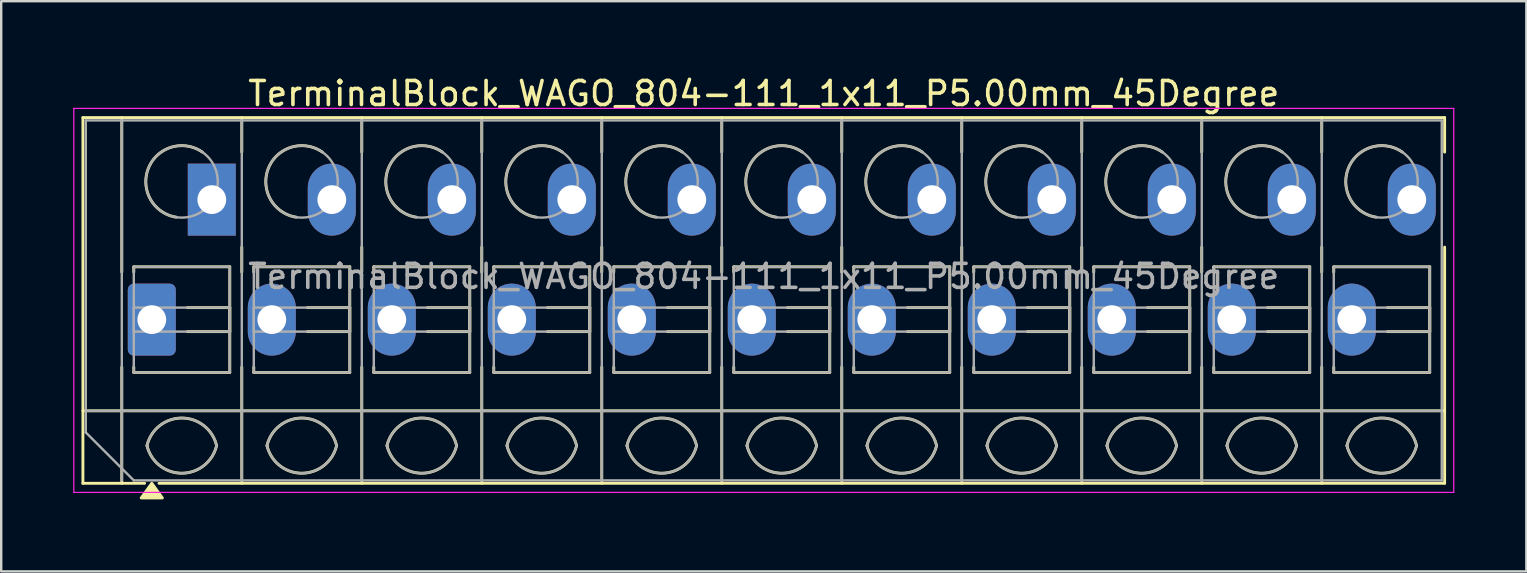
<source format=kicad_pcb>
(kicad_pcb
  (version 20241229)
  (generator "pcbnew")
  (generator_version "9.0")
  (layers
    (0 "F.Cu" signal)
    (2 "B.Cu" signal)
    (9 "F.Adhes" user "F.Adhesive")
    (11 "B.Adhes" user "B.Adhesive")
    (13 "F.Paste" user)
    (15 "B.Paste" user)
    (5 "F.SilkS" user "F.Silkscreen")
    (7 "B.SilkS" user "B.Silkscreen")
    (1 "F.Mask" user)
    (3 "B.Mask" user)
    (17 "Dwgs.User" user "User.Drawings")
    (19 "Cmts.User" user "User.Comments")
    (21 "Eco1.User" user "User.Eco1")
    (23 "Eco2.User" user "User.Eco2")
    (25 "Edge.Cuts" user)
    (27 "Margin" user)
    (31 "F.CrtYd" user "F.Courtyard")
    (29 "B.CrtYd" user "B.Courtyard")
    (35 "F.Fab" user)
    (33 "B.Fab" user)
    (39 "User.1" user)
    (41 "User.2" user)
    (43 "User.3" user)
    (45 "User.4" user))
  (footprint "TerminalBlock_WAGO_804-111_1x11_P5.00mm_45Degree"
    (layer "F.Cu")
    (at 3.275 10.268)
    (property "Reference" "TerminalBlock_WAGO_804-111_1x11_P5.00mm_45Degree" (at 25.5 -9.42 0) (layer "F.SilkS") (effects (font (size 1 1) (thickness 0.15))))
    (attr through_hole)
    (fp_line (start -2.87 -8.42) (end -2.87 6.82) (stroke (width 0.12) (type solid)) (layer "F.SilkS"))
    (fp_line (start -2.87 -8.42) (end 53.87 -8.42) (stroke (width 0.12) (type solid)) (layer "F.SilkS"))
    (fp_line (start -2.87 3.8) (end 53.87 3.8) (stroke (width 0.12) (type solid)) (layer "F.SilkS"))
    (fp_line (start -2.87 6.82) (end -0.3 6.82) (stroke (width 0.12) (type solid)) (layer "F.SilkS"))
    (fp_line (start -1.25 -8.42) (end -1.25 -1.98) (stroke (width 0.12) (type solid)) (layer "F.SilkS"))
    (fp_line (start -1.25 1.98) (end -1.25 6.82) (stroke (width 0.12) (type solid)) (layer "F.SilkS"))
    (fp_line (start -0.75 -2.2) (end -0.75 -1.98) (stroke (width 0.12) (type solid)) (layer "F.SilkS"))
    (fp_line (start -0.75 -2.2) (end 3.25 -2.2) (stroke (width 0.12) (type solid)) (layer "F.SilkS"))
    (fp_line (start -0.75 1.98) (end -0.75 2.2) (stroke (width 0.12) (type solid)) (layer "F.SilkS"))
    (fp_line (start -0.75 2.2) (end 3.25 2.2) (stroke (width 0.12) (type solid)) (layer "F.SilkS"))
    (fp_line (start 0.3 6.82) (end 53.87 6.82) (stroke (width 0.12) (type solid)) (layer "F.SilkS"))
    (fp_line (start 1.48 -0.5) (end 3.25 -0.5) (stroke (width 0.12) (type solid)) (layer "F.SilkS"))
    (fp_line (start 1.48 0.5) (end 3.25 0.5) (stroke (width 0.12) (type solid)) (layer "F.SilkS"))
    (fp_line (start 3.25 -2.2) (end 3.25 2.2) (stroke (width 0.12) (type solid)) (layer "F.SilkS"))
    (fp_line (start 3.25 -0.5) (end 3.25 0.5) (stroke (width 0.12) (type solid)) (layer "F.SilkS"))
    (fp_line (start 3.75 -8.42) (end 3.75 -6.98) (stroke (width 0.12) (type solid)) (layer "F.SilkS"))
    (fp_line (start 3.75 -3.02) (end 3.75 -1.98) (stroke (width 0.12) (type solid)) (layer "F.SilkS"))
    (fp_line (start 3.75 1.98) (end 3.75 6.82) (stroke (width 0.12) (type solid)) (layer "F.SilkS"))
    (fp_line (start 4.25 -2.2) (end 4.25 -1.98) (stroke (width 0.12) (type solid)) (layer "F.SilkS"))
    (fp_line (start 4.25 -2.2) (end 8.25 -2.2) (stroke (width 0.12) (type solid)) (layer "F.SilkS"))
    (fp_line (start 4.25 1.98) (end 4.25 2.2) (stroke (width 0.12) (type solid)) (layer "F.SilkS"))
    (fp_line (start 4.25 2.2) (end 8.25 2.2) (stroke (width 0.12) (type solid)) (layer "F.SilkS"))
    (fp_line (start 6.48 -0.5) (end 8.25 -0.5) (stroke (width 0.12) (type solid)) (layer "F.SilkS"))
    (fp_line (start 6.48 0.5) (end 8.25 0.5) (stroke (width 0.12) (type solid)) (layer "F.SilkS"))
    (fp_line (start 8.25 -2.2) (end 8.25 2.2) (stroke (width 0.12) (type solid)) (layer "F.SilkS"))
    (fp_line (start 8.25 -0.5) (end 8.25 0.5) (stroke (width 0.12) (type solid)) (layer "F.SilkS"))
    (fp_line (start 8.75 -8.42) (end 8.75 -6.98) (stroke (width 0.12) (type solid)) (layer "F.SilkS"))
    (fp_line (start 8.75 -3.02) (end 8.75 -1.98) (stroke (width 0.12) (type solid)) (layer "F.SilkS"))
    (fp_line (start 8.75 1.98) (end 8.75 6.82) (stroke (width 0.12) (type solid)) (layer "F.SilkS"))
    (fp_line (start 9.25 -2.2) (end 9.25 -1.98) (stroke (width 0.12) (type solid)) (layer "F.SilkS"))
    (fp_line (start 9.25 -2.2) (end 13.25 -2.2) (stroke (width 0.12) (type solid)) (layer "F.SilkS"))
    (fp_line (start 9.25 1.98) (end 9.25 2.2) (stroke (width 0.12) (type solid)) (layer "F.SilkS"))
    (fp_line (start 9.25 2.2) (end 13.25 2.2) (stroke (width 0.12) (type solid)) (layer "F.SilkS"))
    (fp_line (start 11.48 -0.5) (end 13.25 -0.5) (stroke (width 0.12) (type solid)) (layer "F.SilkS"))
    (fp_line (start 11.48 0.5) (end 13.25 0.5) (stroke (width 0.12) (type solid)) (layer "F.SilkS"))
    (fp_line (start 13.25 -2.2) (end 13.25 2.2) (stroke (width 0.12) (type solid)) (layer "F.SilkS"))
    (fp_line (start 13.25 -0.5) (end 13.25 0.5) (stroke (width 0.12) (type solid)) (layer "F.SilkS"))
    (fp_line (start 13.75 -8.42) (end 13.75 -6.98) (stroke (width 0.12) (type solid)) (layer "F.SilkS"))
    (fp_line (start 13.75 -3.02) (end 13.75 -1.98) (stroke (width 0.12) (type solid)) (layer "F.SilkS"))
    (fp_line (start 13.75 1.98) (end 13.75 6.82) (stroke (width 0.12) (type solid)) (layer "F.SilkS"))
    (fp_line (start 14.25 -2.2) (end 14.25 -1.98) (stroke (width 0.12) (type solid)) (layer "F.SilkS"))
    (fp_line (start 14.25 -2.2) (end 18.25 -2.2) (stroke (width 0.12) (type solid)) (layer "F.SilkS"))
    (fp_line (start 14.25 1.98) (end 14.25 2.2) (stroke (width 0.12) (type solid)) (layer "F.SilkS"))
    (fp_line (start 14.25 2.2) (end 18.25 2.2) (stroke (width 0.12) (type solid)) (layer "F.SilkS"))
    (fp_line (start 16.48 -0.5) (end 18.25 -0.5) (stroke (width 0.12) (type solid)) (layer "F.SilkS"))
    (fp_line (start 16.48 0.5) (end 18.25 0.5) (stroke (width 0.12) (type solid)) (layer "F.SilkS"))
    (fp_line (start 18.25 -2.2) (end 18.25 2.2) (stroke (width 0.12) (type solid)) (layer "F.SilkS"))
    (fp_line (start 18.25 -0.5) (end 18.25 0.5) (stroke (width 0.12) (type solid)) (layer "F.SilkS"))
    (fp_line (start 18.75 -8.42) (end 18.75 -6.98) (stroke (width 0.12) (type solid)) (layer "F.SilkS"))
    (fp_line (start 18.75 -3.02) (end 18.75 -1.98) (stroke (width 0.12) (type solid)) (layer "F.SilkS"))
    (fp_line (start 18.75 1.98) (end 18.75 6.82) (stroke (width 0.12) (type solid)) (layer "F.SilkS"))
    (fp_line (start 19.25 -2.2) (end 19.25 -1.98) (stroke (width 0.12) (type solid)) (layer "F.SilkS"))
    (fp_line (start 19.25 -2.2) (end 23.25 -2.2) (stroke (width 0.12) (type solid)) (layer "F.SilkS"))
    (fp_line (start 19.25 1.98) (end 19.25 2.2) (stroke (width 0.12) (type solid)) (layer "F.SilkS"))
    (fp_line (start 19.25 2.2) (end 23.25 2.2) (stroke (width 0.12) (type solid)) (layer "F.SilkS"))
    (fp_line (start 21.48 -0.5) (end 23.25 -0.5) (stroke (width 0.12) (type solid)) (layer "F.SilkS"))
    (fp_line (start 21.48 0.5) (end 23.25 0.5) (stroke (width 0.12) (type solid)) (layer "F.SilkS"))
    (fp_line (start 23.25 -2.2) (end 23.25 2.2) (stroke (width 0.12) (type solid)) (layer "F.SilkS"))
    (fp_line (start 23.25 -0.5) (end 23.25 0.5) (stroke (width 0.12) (type solid)) (layer "F.SilkS"))
    (fp_line (start 23.75 -8.42) (end 23.75 -6.98) (stroke (width 0.12) (type solid)) (layer "F.SilkS"))
    (fp_line (start 23.75 -3.02) (end 23.75 -1.98) (stroke (width 0.12) (type solid)) (layer "F.SilkS"))
    (fp_line (start 23.75 1.98) (end 23.75 6.82) (stroke (width 0.12) (type solid)) (layer "F.SilkS"))
    (fp_line (start 24.25 -2.2) (end 24.25 -1.98) (stroke (width 0.12) (type solid)) (layer "F.SilkS"))
    (fp_line (start 24.25 -2.2) (end 28.25 -2.2) (stroke (width 0.12) (type solid)) (layer "F.SilkS"))
    (fp_line (start 24.25 1.98) (end 24.25 2.2) (stroke (width 0.12) (type solid)) (layer "F.SilkS"))
    (fp_line (start 24.25 2.2) (end 28.25 2.2) (stroke (width 0.12) (type solid)) (layer "F.SilkS"))
    (fp_line (start 26.48 -0.5) (end 28.25 -0.5) (stroke (width 0.12) (type solid)) (layer "F.SilkS"))
    (fp_line (start 26.48 0.5) (end 28.25 0.5) (stroke (width 0.12) (type solid)) (layer "F.SilkS"))
    (fp_line (start 28.25 -2.2) (end 28.25 2.2) (stroke (width 0.12) (type solid)) (layer "F.SilkS"))
    (fp_line (start 28.25 -0.5) (end 28.25 0.5) (stroke (width 0.12) (type solid)) (layer "F.SilkS"))
    (fp_line (start 28.75 -8.42) (end 28.75 -6.98) (stroke (width 0.12) (type solid)) (layer "F.SilkS"))
    (fp_line (start 28.75 -3.02) (end 28.75 -1.98) (stroke (width 0.12) (type solid)) (layer "F.SilkS"))
    (fp_line (start 28.75 1.98) (end 28.75 6.82) (stroke (width 0.12) (type solid)) (layer "F.SilkS"))
    (fp_line (start 29.25 -2.2) (end 29.25 -1.98) (stroke (width 0.12) (type solid)) (layer "F.SilkS"))
    (fp_line (start 29.25 -2.2) (end 33.25 -2.2) (stroke (width 0.12) (type solid)) (layer "F.SilkS"))
    (fp_line (start 29.25 1.98) (end 29.25 2.2) (stroke (width 0.12) (type solid)) (layer "F.SilkS"))
    (fp_line (start 29.25 2.2) (end 33.25 2.2) (stroke (width 0.12) (type solid)) (layer "F.SilkS"))
    (fp_line (start 31.48 -0.5) (end 33.25 -0.5) (stroke (width 0.12) (type solid)) (layer "F.SilkS"))
    (fp_line (start 31.48 0.5) (end 33.25 0.5) (stroke (width 0.12) (type solid)) (layer "F.SilkS"))
    (fp_line (start 33.25 -2.2) (end 33.25 2.2) (stroke (width 0.12) (type solid)) (layer "F.SilkS"))
    (fp_line (start 33.25 -0.5) (end 33.25 0.5) (stroke (width 0.12) (type solid)) (layer "F.SilkS"))
    (fp_line (start 33.75 -8.42) (end 33.75 -6.98) (stroke (width 0.12) (type solid)) (layer "F.SilkS"))
    (fp_line (start 33.75 -3.02) (end 33.75 -1.98) (stroke (width 0.12) (type solid)) (layer "F.SilkS"))
    (fp_line (start 33.75 1.98) (end 33.75 6.82) (stroke (width 0.12) (type solid)) (layer "F.SilkS"))
    (fp_line (start 34.25 -2.2) (end 34.25 -1.98) (stroke (width 0.12) (type solid)) (layer "F.SilkS"))
    (fp_line (start 34.25 -2.2) (end 38.25 -2.2) (stroke (width 0.12) (type solid)) (layer "F.SilkS"))
    (fp_line (start 34.25 1.98) (end 34.25 2.2) (stroke (width 0.12) (type solid)) (layer "F.SilkS"))
    (fp_line (start 34.25 2.2) (end 38.25 2.2) (stroke (width 0.12) (type solid)) (layer "F.SilkS"))
    (fp_line (start 36.48 -0.5) (end 38.25 -0.5) (stroke (width 0.12) (type solid)) (layer "F.SilkS"))
    (fp_line (start 36.48 0.5) (end 38.25 0.5) (stroke (width 0.12) (type solid)) (layer "F.SilkS"))
    (fp_line (start 38.25 -2.2) (end 38.25 2.2) (stroke (width 0.12) (type solid)) (layer "F.SilkS"))
    (fp_line (start 38.25 -0.5) (end 38.25 0.5) (stroke (width 0.12) (type solid)) (layer "F.SilkS"))
    (fp_line (start 38.75 -8.42) (end 38.75 -6.98) (stroke (width 0.12) (type solid)) (layer "F.SilkS"))
    (fp_line (start 38.75 -3.02) (end 38.75 -1.98) (stroke (width 0.12) (type solid)) (layer "F.SilkS"))
    (fp_line (start 38.75 1.98) (end 38.75 6.82) (stroke (width 0.12) (type solid)) (layer "F.SilkS"))
    (fp_line (start 39.25 -2.2) (end 39.25 -1.98) (stroke (width 0.12) (type solid)) (layer "F.SilkS"))
    (fp_line (start 39.25 -2.2) (end 43.25 -2.2) (stroke (width 0.12) (type solid)) (layer "F.SilkS"))
    (fp_line (start 39.25 1.98) (end 39.25 2.2) (stroke (width 0.12) (type solid)) (layer "F.SilkS"))
    (fp_line (start 39.25 2.2) (end 43.25 2.2) (stroke (width 0.12) (type solid)) (layer "F.SilkS"))
    (fp_line (start 41.48 -0.5) (end 43.25 -0.5) (stroke (width 0.12) (type solid)) (layer "F.SilkS"))
    (fp_line (start 41.48 0.5) (end 43.25 0.5) (stroke (width 0.12) (type solid)) (layer "F.SilkS"))
    (fp_line (start 43.25 -2.2) (end 43.25 2.2) (stroke (width 0.12) (type solid)) (layer "F.SilkS"))
    (fp_line (start 43.25 -0.5) (end 43.25 0.5) (stroke (width 0.12) (type solid)) (layer "F.SilkS"))
    (fp_line (start 43.75 -8.42) (end 43.75 -6.98) (stroke (width 0.12) (type solid)) (layer "F.SilkS"))
    (fp_line (start 43.75 -3.02) (end 43.75 -1.98) (stroke (width 0.12) (type solid)) (layer "F.SilkS"))
    (fp_line (start 43.75 1.98) (end 43.75 6.82) (stroke (width 0.12) (type solid)) (layer "F.SilkS"))
    (fp_line (start 44.25 -2.2) (end 44.25 -1.98) (stroke (width 0.12) (type solid)) (layer "F.SilkS"))
    (fp_line (start 44.25 -2.2) (end 48.25 -2.2) (stroke (width 0.12) (type solid)) (layer "F.SilkS"))
    (fp_line (start 44.25 1.98) (end 44.25 2.2) (stroke (width 0.12) (type solid)) (layer "F.SilkS"))
    (fp_line (start 44.25 2.2) (end 48.25 2.2) (stroke (width 0.12) (type solid)) (layer "F.SilkS"))
    (fp_line (start 46.48 -0.5) (end 48.25 -0.5) (stroke (width 0.12) (type solid)) (layer "F.SilkS"))
    (fp_line (start 46.48 0.5) (end 48.25 0.5) (stroke (width 0.12) (type solid)) (layer "F.SilkS"))
    (fp_line (start 48.25 -2.2) (end 48.25 2.2) (stroke (width 0.12) (type solid)) (layer "F.SilkS"))
    (fp_line (start 48.25 -0.5) (end 48.25 0.5) (stroke (width 0.12) (type solid)) (layer "F.SilkS"))
    (fp_line (start 48.75 -8.42) (end 48.75 -6.98) (stroke (width 0.12) (type solid)) (layer "F.SilkS"))
    (fp_line (start 48.75 -3.02) (end 48.75 -1.98) (stroke (width 0.12) (type solid)) (layer "F.SilkS"))
    (fp_line (start 48.75 1.98) (end 48.75 6.82) (stroke (width 0.12) (type solid)) (layer "F.SilkS"))
    (fp_line (start 49.25 -2.2) (end 49.25 -1.98) (stroke (width 0.12) (type solid)) (layer "F.SilkS"))
    (fp_line (start 49.25 -2.2) (end 53.25 -2.2) (stroke (width 0.12) (type solid)) (layer "F.SilkS"))
    (fp_line (start 49.25 1.98) (end 49.25 2.2) (stroke (width 0.12) (type solid)) (layer "F.SilkS"))
    (fp_line (start 49.25 2.2) (end 53.25 2.2) (stroke (width 0.12) (type solid)) (layer "F.SilkS"))
    (fp_line (start 51.48 -0.5) (end 53.25 -0.5) (stroke (width 0.12) (type solid)) (layer "F.SilkS"))
    (fp_line (start 51.48 0.5) (end 53.25 0.5) (stroke (width 0.12) (type solid)) (layer "F.SilkS"))
    (fp_line (start 53.25 -2.2) (end 53.25 2.2) (stroke (width 0.12) (type solid)) (layer "F.SilkS"))
    (fp_line (start 53.25 -0.5) (end 53.25 0.5) (stroke (width 0.12) (type solid)) (layer "F.SilkS"))
    (fp_line (start 53.87 -8.42) (end 53.87 -6.98) (stroke (width 0.12) (type solid)) (layer "F.SilkS"))
    (fp_line (start 53.87 -3.02) (end 53.87 6.82) (stroke (width 0.12) (type solid)) (layer "F.SilkS"))
    (fp_arc (start -0.199969 5.249867) (mid 1.250068 4.099899) (end 2.7 5.25) (stroke (width 0.12) (type solid)) (layer "F.SilkS"))
    (fp_arc (start 1.02 -4.268) (mid -0.141815 -6.308637) (end 2.10843 -6.979765) (stroke (width 0.12) (type solid)) (layer "F.SilkS"))
    (fp_arc (start 2.7 5.25) (mid 1.250068 6.400101) (end -0.199969 5.250133) (stroke (width 0.12) (type solid)) (layer "F.SilkS"))
    (fp_arc (start 4.800031 5.249867) (mid 6.250068 4.099899) (end 7.7 5.25) (stroke (width 0.12) (type solid)) (layer "F.SilkS"))
    (fp_arc (start 6.02 -4.268) (mid 4.858185 -6.308637) (end 7.10843 -6.979765) (stroke (width 0.12) (type solid)) (layer "F.SilkS"))
    (fp_arc (start 7.7 5.25) (mid 6.250068 6.400101) (end 4.800031 5.250133) (stroke (width 0.12) (type solid)) (layer "F.SilkS"))
    (fp_arc (start 9.800031 5.249867) (mid 11.250068 4.099899) (end 12.7 5.25) (stroke (width 0.12) (type solid)) (layer "F.SilkS"))
    (fp_arc (start 11.02 -4.268) (mid 9.858185 -6.308637) (end 12.10843 -6.979765) (stroke (width 0.12) (type solid)) (layer "F.SilkS"))
    (fp_arc (start 12.7 5.25) (mid 11.250068 6.400101) (end 9.800031 5.250133) (stroke (width 0.12) (type solid)) (layer "F.SilkS"))
    (fp_arc (start 14.800031 5.249867) (mid 16.250068 4.099899) (end 17.7 5.25) (stroke (width 0.12) (type solid)) (layer "F.SilkS"))
    (fp_arc (start 16.02 -4.268) (mid 14.858185 -6.308637) (end 17.10843 -6.979765) (stroke (width 0.12) (type solid)) (layer "F.SilkS"))
    (fp_arc (start 17.7 5.25) (mid 16.250068 6.400101) (end 14.800031 5.250133) (stroke (width 0.12) (type solid)) (layer "F.SilkS"))
    (fp_arc (start 19.800031 5.249867) (mid 21.250068 4.099899) (end 22.7 5.25) (stroke (width 0.12) (type solid)) (layer "F.SilkS"))
    (fp_arc (start 21.02 -4.268) (mid 19.858185 -6.308637) (end 22.10843 -6.979765) (stroke (width 0.12) (type solid)) (layer "F.SilkS"))
    (fp_arc (start 22.7 5.25) (mid 21.250068 6.400101) (end 19.800031 5.250133) (stroke (width 0.12) (type solid)) (layer "F.SilkS"))
    (fp_arc (start 24.800031 5.249867) (mid 26.250068 4.099899) (end 27.7 5.25) (stroke (width 0.12) (type solid)) (layer "F.SilkS"))
    (fp_arc (start 26.02 -4.268) (mid 24.858185 -6.308637) (end 27.10843 -6.979765) (stroke (width 0.12) (type solid)) (layer "F.SilkS"))
    (fp_arc (start 27.7 5.25) (mid 26.250068 6.400101) (end 24.800031 5.250133) (stroke (width 0.12) (type solid)) (layer "F.SilkS"))
    (fp_arc (start 29.800031 5.249867) (mid 31.250068 4.099899) (end 32.7 5.25) (stroke (width 0.12) (type solid)) (layer "F.SilkS"))
    (fp_arc (start 31.02 -4.268) (mid 29.858185 -6.308637) (end 32.10843 -6.979765) (stroke (width 0.12) (type solid)) (layer "F.SilkS"))
    (fp_arc (start 32.7 5.25) (mid 31.250068 6.400101) (end 29.800031 5.250133) (stroke (width 0.12) (type solid)) (layer "F.SilkS"))
    (fp_arc (start 34.800031 5.249867) (mid 36.250068 4.099899) (end 37.7 5.25) (stroke (width 0.12) (type solid)) (layer "F.SilkS"))
    (fp_arc (start 36.02 -4.268) (mid 34.858185 -6.308637) (end 37.10843 -6.979765) (stroke (width 0.12) (type solid)) (layer "F.SilkS"))
    (fp_arc (start 37.7 5.25) (mid 36.250068 6.400101) (end 34.800031 5.250133) (stroke (width 0.12) (type solid)) (layer "F.SilkS"))
    (fp_arc (start 39.800031 5.249867) (mid 41.250068 4.099899) (end 42.7 5.25) (stroke (width 0.12) (type solid)) (layer "F.SilkS"))
    (fp_arc (start 41.02 -4.268) (mid 39.858185 -6.308637) (end 42.10843 -6.979765) (stroke (width 0.12) (type solid)) (layer "F.SilkS"))
    (fp_arc (start 42.7 5.25) (mid 41.250068 6.400101) (end 39.800031 5.250133) (stroke (width 0.12) (type solid)) (layer "F.SilkS"))
    (fp_arc (start 44.800031 5.249867) (mid 46.250068 4.099899) (end 47.7 5.25) (stroke (width 0.12) (type solid)) (layer "F.SilkS"))
    (fp_arc (start 46.02 -4.268) (mid 44.858185 -6.308637) (end 47.10843 -6.979765) (stroke (width 0.12) (type solid)) (layer "F.SilkS"))
    (fp_arc (start 47.7 5.25) (mid 46.250068 6.400101) (end 44.800031 5.250133) (stroke (width 0.12) (type solid)) (layer "F.SilkS"))
    (fp_arc (start 49.800031 5.249867) (mid 51.250068 4.099899) (end 52.7 5.25) (stroke (width 0.12) (type solid)) (layer "F.SilkS"))
    (fp_arc (start 51.02 -4.268) (mid 49.858185 -6.308637) (end 52.10843 -6.979765) (stroke (width 0.12) (type solid)) (layer "F.SilkS"))
    (fp_arc (start 52.7 5.25) (mid 51.250068 6.400101) (end 49.800031 5.250133) (stroke (width 0.12) (type solid)) (layer "F.SilkS"))
    (fp_poly (pts (xy 0 6.82) (xy 0.44 7.43) (xy -0.44 7.43)) (stroke (width 0.12) (type solid)) (fill yes) (layer "F.SilkS"))
    (fp_line (start -3.25 -8.8) (end -3.25 7.2) (stroke (width 0.05) (type solid)) (layer "F.CrtYd"))
    (fp_line (start -3.25 7.2) (end 54.25 7.2) (stroke (width 0.05) (type solid)) (layer "F.CrtYd"))
    (fp_line (start 54.25 -8.8) (end -3.25 -8.8) (stroke (width 0.05) (type solid)) (layer "F.CrtYd"))
    (fp_line (start 54.25 7.2) (end 54.25 -8.8) (stroke (width 0.05) (type solid)) (layer "F.CrtYd"))
    (fp_line (start -2.75 -8.3) (end 53.75 -8.3) (stroke (width 0.1) (type solid)) (layer "F.Fab"))
    (fp_line (start -2.75 3.8) (end 53.75 3.8) (stroke (width 0.1) (type solid)) (layer "F.Fab"))
    (fp_line (start -2.75 4.7) (end -2.75 -8.3) (stroke (width 0.1) (type solid)) (layer "F.Fab"))
    (fp_line (start -1.25 -8.3) (end -1.25 6.7) (stroke (width 0.1) (type solid)) (layer "F.Fab"))
    (fp_line (start -0.75 -2.2) (end -0.75 2.2) (stroke (width 0.1) (type solid)) (layer "F.Fab"))
    (fp_line (start -0.75 -0.5) (end -0.75 0.5) (stroke (width 0.1) (type solid)) (layer "F.Fab"))
    (fp_line (start -0.75 0.5) (end 3.25 0.5) (stroke (width 0.1) (type solid)) (layer "F.Fab"))
    (fp_line (start -0.75 2.2) (end 3.25 2.2) (stroke (width 0.1) (type solid)) (layer "F.Fab"))
    (fp_line (start -0.75 6.7) (end -2.75 4.7) (stroke (width 0.1) (type solid)) (layer "F.Fab"))
    (fp_line (start 3.25 -2.2) (end -0.75 -2.2) (stroke (width 0.1) (type solid)) (layer "F.Fab"))
    (fp_line (start 3.25 -0.5) (end -0.75 -0.5) (stroke (width 0.1) (type solid)) (layer "F.Fab"))
    (fp_line (start 3.25 0.5) (end 3.25 -0.5) (stroke (width 0.1) (type solid)) (layer "F.Fab"))
    (fp_line (start 3.25 2.2) (end 3.25 -2.2) (stroke (width 0.1) (type solid)) (layer "F.Fab"))
    (fp_line (start 3.75 -8.3) (end 3.75 6.7) (stroke (width 0.1) (type solid)) (layer "F.Fab"))
    (fp_line (start 4.25 -2.2) (end 4.25 2.2) (stroke (width 0.1) (type solid)) (layer "F.Fab"))
    (fp_line (start 4.25 -0.5) (end 4.25 0.5) (stroke (width 0.1) (type solid)) (layer "F.Fab"))
    (fp_line (start 4.25 0.5) (end 8.25 0.5) (stroke (width 0.1) (type solid)) (layer "F.Fab"))
    (fp_line (start 4.25 2.2) (end 8.25 2.2) (stroke (width 0.1) (type solid)) (layer "F.Fab"))
    (fp_line (start 8.25 -2.2) (end 4.25 -2.2) (stroke (width 0.1) (type solid)) (layer "F.Fab"))
    (fp_line (start 8.25 -0.5) (end 4.25 -0.5) (stroke (width 0.1) (type solid)) (layer "F.Fab"))
    (fp_line (start 8.25 0.5) (end 8.25 -0.5) (stroke (width 0.1) (type solid)) (layer "F.Fab"))
    (fp_line (start 8.25 2.2) (end 8.25 -2.2) (stroke (width 0.1) (type solid)) (layer "F.Fab"))
    (fp_line (start 8.75 -8.3) (end 8.75 6.7) (stroke (width 0.1) (type solid)) (layer "F.Fab"))
    (fp_line (start 9.25 -2.2) (end 9.25 2.2) (stroke (width 0.1) (type solid)) (layer "F.Fab"))
    (fp_line (start 9.25 -0.5) (end 9.25 0.5) (stroke (width 0.1) (type solid)) (layer "F.Fab"))
    (fp_line (start 9.25 0.5) (end 13.25 0.5) (stroke (width 0.1) (type solid)) (layer "F.Fab"))
    (fp_line (start 9.25 2.2) (end 13.25 2.2) (stroke (width 0.1) (type solid)) (layer "F.Fab"))
    (fp_line (start 13.25 -2.2) (end 9.25 -2.2) (stroke (width 0.1) (type solid)) (layer "F.Fab"))
    (fp_line (start 13.25 -0.5) (end 9.25 -0.5) (stroke (width 0.1) (type solid)) (layer "F.Fab"))
    (fp_line (start 13.25 0.5) (end 13.25 -0.5) (stroke (width 0.1) (type solid)) (layer "F.Fab"))
    (fp_line (start 13.25 2.2) (end 13.25 -2.2) (stroke (width 0.1) (type solid)) (layer "F.Fab"))
    (fp_line (start 13.75 -8.3) (end 13.75 6.7) (stroke (width 0.1) (type solid)) (layer "F.Fab"))
    (fp_line (start 14.25 -2.2) (end 14.25 2.2) (stroke (width 0.1) (type solid)) (layer "F.Fab"))
    (fp_line (start 14.25 -0.5) (end 14.25 0.5) (stroke (width 0.1) (type solid)) (layer "F.Fab"))
    (fp_line (start 14.25 0.5) (end 18.25 0.5) (stroke (width 0.1) (type solid)) (layer "F.Fab"))
    (fp_line (start 14.25 2.2) (end 18.25 2.2) (stroke (width 0.1) (type solid)) (layer "F.Fab"))
    (fp_line (start 18.25 -2.2) (end 14.25 -2.2) (stroke (width 0.1) (type solid)) (layer "F.Fab"))
    (fp_line (start 18.25 -0.5) (end 14.25 -0.5) (stroke (width 0.1) (type solid)) (layer "F.Fab"))
    (fp_line (start 18.25 0.5) (end 18.25 -0.5) (stroke (width 0.1) (type solid)) (layer "F.Fab"))
    (fp_line (start 18.25 2.2) (end 18.25 -2.2) (stroke (width 0.1) (type solid)) (layer "F.Fab"))
    (fp_line (start 18.75 -8.3) (end 18.75 6.7) (stroke (width 0.1) (type solid)) (layer "F.Fab"))
    (fp_line (start 19.25 -2.2) (end 19.25 2.2) (stroke (width 0.1) (type solid)) (layer "F.Fab"))
    (fp_line (start 19.25 -0.5) (end 19.25 0.5) (stroke (width 0.1) (type solid)) (layer "F.Fab"))
    (fp_line (start 19.25 0.5) (end 23.25 0.5) (stroke (width 0.1) (type solid)) (layer "F.Fab"))
    (fp_line (start 19.25 2.2) (end 23.25 2.2) (stroke (width 0.1) (type solid)) (layer "F.Fab"))
    (fp_line (start 23.25 -2.2) (end 19.25 -2.2) (stroke (width 0.1) (type solid)) (layer "F.Fab"))
    (fp_line (start 23.25 -0.5) (end 19.25 -0.5) (stroke (width 0.1) (type solid)) (layer "F.Fab"))
    (fp_line (start 23.25 0.5) (end 23.25 -0.5) (stroke (width 0.1) (type solid)) (layer "F.Fab"))
    (fp_line (start 23.25 2.2) (end 23.25 -2.2) (stroke (width 0.1) (type solid)) (layer "F.Fab"))
    (fp_line (start 23.75 -8.3) (end 23.75 6.7) (stroke (width 0.1) (type solid)) (layer "F.Fab"))
    (fp_line (start 24.25 -2.2) (end 24.25 2.2) (stroke (width 0.1) (type solid)) (layer "F.Fab"))
    (fp_line (start 24.25 -0.5) (end 24.25 0.5) (stroke (width 0.1) (type solid)) (layer "F.Fab"))
    (fp_line (start 24.25 0.5) (end 28.25 0.5) (stroke (width 0.1) (type solid)) (layer "F.Fab"))
    (fp_line (start 24.25 2.2) (end 28.25 2.2) (stroke (width 0.1) (type solid)) (layer "F.Fab"))
    (fp_line (start 28.25 -2.2) (end 24.25 -2.2) (stroke (width 0.1) (type solid)) (layer "F.Fab"))
    (fp_line (start 28.25 -0.5) (end 24.25 -0.5) (stroke (width 0.1) (type solid)) (layer "F.Fab"))
    (fp_line (start 28.25 0.5) (end 28.25 -0.5) (stroke (width 0.1) (type solid)) (layer "F.Fab"))
    (fp_line (start 28.25 2.2) (end 28.25 -2.2) (stroke (width 0.1) (type solid)) (layer "F.Fab"))
    (fp_line (start 28.75 -8.3) (end 28.75 6.7) (stroke (width 0.1) (type solid)) (layer "F.Fab"))
    (fp_line (start 29.25 -2.2) (end 29.25 2.2) (stroke (width 0.1) (type solid)) (layer "F.Fab"))
    (fp_line (start 29.25 -0.5) (end 29.25 0.5) (stroke (width 0.1) (type solid)) (layer "F.Fab"))
    (fp_line (start 29.25 0.5) (end 33.25 0.5) (stroke (width 0.1) (type solid)) (layer "F.Fab"))
    (fp_line (start 29.25 2.2) (end 33.25 2.2) (stroke (width 0.1) (type solid)) (layer "F.Fab"))
    (fp_line (start 33.25 -2.2) (end 29.25 -2.2) (stroke (width 0.1) (type solid)) (layer "F.Fab"))
    (fp_line (start 33.25 -0.5) (end 29.25 -0.5) (stroke (width 0.1) (type solid)) (layer "F.Fab"))
    (fp_line (start 33.25 0.5) (end 33.25 -0.5) (stroke (width 0.1) (type solid)) (layer "F.Fab"))
    (fp_line (start 33.25 2.2) (end 33.25 -2.2) (stroke (width 0.1) (type solid)) (layer "F.Fab"))
    (fp_line (start 33.75 -8.3) (end 33.75 6.7) (stroke (width 0.1) (type solid)) (layer "F.Fab"))
    (fp_line (start 34.25 -2.2) (end 34.25 2.2) (stroke (width 0.1) (type solid)) (layer "F.Fab"))
    (fp_line (start 34.25 -0.5) (end 34.25 0.5) (stroke (width 0.1) (type solid)) (layer "F.Fab"))
    (fp_line (start 34.25 0.5) (end 38.25 0.5) (stroke (width 0.1) (type solid)) (layer "F.Fab"))
    (fp_line (start 34.25 2.2) (end 38.25 2.2) (stroke (width 0.1) (type solid)) (layer "F.Fab"))
    (fp_line (start 38.25 -2.2) (end 34.25 -2.2) (stroke (width 0.1) (type solid)) (layer "F.Fab"))
    (fp_line (start 38.25 -0.5) (end 34.25 -0.5) (stroke (width 0.1) (type solid)) (layer "F.Fab"))
    (fp_line (start 38.25 0.5) (end 38.25 -0.5) (stroke (width 0.1) (type solid)) (layer "F.Fab"))
    (fp_line (start 38.25 2.2) (end 38.25 -2.2) (stroke (width 0.1) (type solid)) (layer "F.Fab"))
    (fp_line (start 38.75 -8.3) (end 38.75 6.7) (stroke (width 0.1) (type solid)) (layer "F.Fab"))
    (fp_line (start 39.25 -2.2) (end 39.25 2.2) (stroke (width 0.1) (type solid)) (layer "F.Fab"))
    (fp_line (start 39.25 -0.5) (end 39.25 0.5) (stroke (width 0.1) (type solid)) (layer "F.Fab"))
    (fp_line (start 39.25 0.5) (end 43.25 0.5) (stroke (width 0.1) (type solid)) (layer "F.Fab"))
    (fp_line (start 39.25 2.2) (end 43.25 2.2) (stroke (width 0.1) (type solid)) (layer "F.Fab"))
    (fp_line (start 43.25 -2.2) (end 39.25 -2.2) (stroke (width 0.1) (type solid)) (layer "F.Fab"))
    (fp_line (start 43.25 -0.5) (end 39.25 -0.5) (stroke (width 0.1) (type solid)) (layer "F.Fab"))
    (fp_line (start 43.25 0.5) (end 43.25 -0.5) (stroke (width 0.1) (type solid)) (layer "F.Fab"))
    (fp_line (start 43.25 2.2) (end 43.25 -2.2) (stroke (width 0.1) (type solid)) (layer "F.Fab"))
    (fp_line (start 43.75 -8.3) (end 43.75 6.7) (stroke (width 0.1) (type solid)) (layer "F.Fab"))
    (fp_line (start 44.25 -2.2) (end 44.25 2.2) (stroke (width 0.1) (type solid)) (layer "F.Fab"))
    (fp_line (start 44.25 -0.5) (end 44.25 0.5) (stroke (width 0.1) (type solid)) (layer "F.Fab"))
    (fp_line (start 44.25 0.5) (end 48.25 0.5) (stroke (width 0.1) (type solid)) (layer "F.Fab"))
    (fp_line (start 44.25 2.2) (end 48.25 2.2) (stroke (width 0.1) (type solid)) (layer "F.Fab"))
    (fp_line (start 48.25 -2.2) (end 44.25 -2.2) (stroke (width 0.1) (type solid)) (layer "F.Fab"))
    (fp_line (start 48.25 -0.5) (end 44.25 -0.5) (stroke (width 0.1) (type solid)) (layer "F.Fab"))
    (fp_line (start 48.25 0.5) (end 48.25 -0.5) (stroke (width 0.1) (type solid)) (layer "F.Fab"))
    (fp_line (start 48.25 2.2) (end 48.25 -2.2) (stroke (width 0.1) (type solid)) (layer "F.Fab"))
    (fp_line (start 48.75 -8.3) (end 48.75 6.7) (stroke (width 0.1) (type solid)) (layer "F.Fab"))
    (fp_line (start 49.25 -2.2) (end 49.25 2.2) (stroke (width 0.1) (type solid)) (layer "F.Fab"))
    (fp_line (start 49.25 -0.5) (end 49.25 0.5) (stroke (width 0.1) (type solid)) (layer "F.Fab"))
    (fp_line (start 49.25 0.5) (end 53.25 0.5) (stroke (width 0.1) (type solid)) (layer "F.Fab"))
    (fp_line (start 49.25 2.2) (end 53.25 2.2) (stroke (width 0.1) (type solid)) (layer "F.Fab"))
    (fp_line (start 53.25 -2.2) (end 49.25 -2.2) (stroke (width 0.1) (type solid)) (layer "F.Fab"))
    (fp_line (start 53.25 -0.5) (end 49.25 -0.5) (stroke (width 0.1) (type solid)) (layer "F.Fab"))
    (fp_line (start 53.25 0.5) (end 53.25 -0.5) (stroke (width 0.1) (type solid)) (layer "F.Fab"))
    (fp_line (start 53.25 2.2) (end 53.25 -2.2) (stroke (width 0.1) (type solid)) (layer "F.Fab"))
    (fp_line (start 53.75 -8.3) (end 53.75 6.7) (stroke (width 0.1) (type solid)) (layer "F.Fab"))
    (fp_line (start 53.75 6.7) (end -0.75 6.7) (stroke (width 0.1) (type solid)) (layer "F.Fab"))
    (fp_arc (start -0.200865 5.250424) (mid 1.250296 4.099926) (end 2.701 5.251) (stroke (width 0.1) (type solid)) (layer "F.Fab"))
    (fp_arc (start 2.7 5.25) (mid 1.250068 6.400101) (end -0.199969 5.250133) (stroke (width 0.1) (type solid)) (layer "F.Fab"))
    (fp_arc (start 4.799135 5.250424) (mid 6.250296 4.099926) (end 7.701 5.251) (stroke (width 0.1) (type solid)) (layer "F.Fab"))
    (fp_arc (start 7.7 5.25) (mid 6.250068 6.400101) (end 4.800031 5.250133) (stroke (width 0.1) (type solid)) (layer "F.Fab"))
    (fp_arc (start 9.799135 5.250424) (mid 11.250296 4.099926) (end 12.701 5.251) (stroke (width 0.1) (type solid)) (layer "F.Fab"))
    (fp_arc (start 12.7 5.25) (mid 11.250068 6.400101) (end 9.800031 5.250133) (stroke (width 0.1) (type solid)) (layer "F.Fab"))
    (fp_arc (start 14.799135 5.250424) (mid 16.250296 4.099926) (end 17.701 5.251) (stroke (width 0.1) (type solid)) (layer "F.Fab"))
    (fp_arc (start 17.7 5.25) (mid 16.250068 6.400101) (end 14.800031 5.250133) (stroke (width 0.1) (type solid)) (layer "F.Fab"))
    (fp_arc (start 19.799135 5.250424) (mid 21.250296 4.099926) (end 22.701 5.251) (stroke (width 0.1) (type solid)) (layer "F.Fab"))
    (fp_arc (start 22.7 5.25) (mid 21.250068 6.400101) (end 19.800031 5.250133) (stroke (width 0.1) (type solid)) (layer "F.Fab"))
    (fp_arc (start 24.799135 5.250424) (mid 26.250296 4.099926) (end 27.701 5.251) (stroke (width 0.1) (type solid)) (layer "F.Fab"))
    (fp_arc (start 27.7 5.25) (mid 26.250068 6.400101) (end 24.800031 5.250133) (stroke (width 0.1) (type solid)) (layer "F.Fab"))
    (fp_arc (start 29.799135 5.250424) (mid 31.250296 4.099926) (end 32.701 5.251) (stroke (width 0.1) (type solid)) (layer "F.Fab"))
    (fp_arc (start 32.701 5.25) (mid 31.250296 6.401074) (end 29.799135 5.250576) (stroke (width 0.1) (type solid)) (layer "F.Fab"))
    (fp_arc (start 34.799135 5.250424) (mid 36.250296 4.099926) (end 37.701 5.251) (stroke (width 0.1) (type solid)) (layer "F.Fab"))
    (fp_arc (start 37.7 5.25) (mid 36.250068 6.400101) (end 34.800031 5.250133) (stroke (width 0.1) (type solid)) (layer "F.Fab"))
    (fp_arc (start 39.799135 5.250424) (mid 41.250296 4.099926) (end 42.701 5.251) (stroke (width 0.1) (type solid)) (layer "F.Fab"))
    (fp_arc (start 42.7 5.25) (mid 41.250068 6.400101) (end 39.800031 5.250133) (stroke (width 0.1) (type solid)) (layer "F.Fab"))
    (fp_arc (start 44.799135 5.250424) (mid 46.250296 4.099926) (end 47.701 5.251) (stroke (width 0.1) (type solid)) (layer "F.Fab"))
    (fp_arc (start 47.7 5.25) (mid 46.250068 6.400101) (end 44.800031 5.250133) (stroke (width 0.1) (type solid)) (layer "F.Fab"))
    (fp_arc (start 49.799135 5.250424) (mid 51.250296 4.099926) (end 52.701 5.251) (stroke (width 0.1) (type solid)) (layer "F.Fab"))
    (fp_arc (start 52.7 5.25) (mid 51.250068 6.400101) (end 49.800031 5.250133) (stroke (width 0.1) (type solid)) (layer "F.Fab"))
    (fp_circle (center 1.25 -5.75) (end 2.75 -5.75) (stroke (width 0.1) (type solid)) (fill no) (layer "F.Fab"))
    (fp_circle (center 6.25 -5.75) (end 7.75 -5.75) (stroke (width 0.1) (type solid)) (fill no) (layer "F.Fab"))
    (fp_circle (center 11.25 -5.75) (end 12.75 -5.75) (stroke (width 0.1) (type solid)) (fill no) (layer "F.Fab"))
    (fp_circle (center 16.25 -5.75) (end 17.75 -5.75) (stroke (width 0.1) (type solid)) (fill no) (layer "F.Fab"))
    (fp_circle (center 21.25 -5.75) (end 22.75 -5.75) (stroke (width 0.1) (type solid)) (fill no) (layer "F.Fab"))
    (fp_circle (center 26.25 -5.75) (end 27.75 -5.75) (stroke (width 0.1) (type solid)) (fill no) (layer "F.Fab"))
    (fp_circle (center 31.25 -5.75) (end 32.75 -5.75) (stroke (width 0.1) (type solid)) (fill no) (layer "F.Fab"))
    (fp_circle (center 36.25 -5.75) (end 37.75 -5.75) (stroke (width 0.1) (type solid)) (fill no) (layer "F.Fab"))
    (fp_circle (center 41.25 -5.75) (end 42.75 -5.75) (stroke (width 0.1) (type solid)) (fill no) (layer "F.Fab"))
    (fp_circle (center 46.25 -5.75) (end 47.75 -5.75) (stroke (width 0.1) (type solid)) (fill no) (layer "F.Fab"))
    (fp_circle (center 51.25 -5.75) (end 52.75 -5.75) (stroke (width 0.1) (type solid)) (fill no) (layer "F.Fab"))
    (fp_text user "${REFERENCE}" (at 25.5 -1.8 0) (layer "F.Fab") (effects (font (size 1 1) (thickness 0.15))))
    (pad "1" thru_hole roundrect (at 0 0) (size 2 3) (drill 1.2) (layers "*.Cu" "*.Mask") (roundrect_rratio 0.125))
    (pad "1" thru_hole rect (at 2.5 -5) (size 2 3) (drill 1.2) (layers "*.Cu" "*.Mask"))
    (pad "2" thru_hole oval (at 5 0) (size 2 3) (drill 1.2) (layers "*.Cu" "*.Mask"))
    (pad "2" thru_hole oval (at 7.5 -5) (size 2 3) (drill 1.2) (layers "*.Cu" "*.Mask"))
    (pad "3" thru_hole oval (at 10 0) (size 2 3) (drill 1.2) (layers "*.Cu" "*.Mask"))
    (pad "3" thru_hole oval (at 12.5 -5) (size 2 3) (drill 1.2) (layers "*.Cu" "*.Mask"))
    (pad "4" thru_hole oval (at 15 0) (size 2 3) (drill 1.2) (layers "*.Cu" "*.Mask"))
    (pad "4" thru_hole oval (at 17.5 -5) (size 2 3) (drill 1.2) (layers "*.Cu" "*.Mask"))
    (pad "5" thru_hole oval (at 20 0) (size 2 3) (drill 1.2) (layers "*.Cu" "*.Mask"))
    (pad "5" thru_hole oval (at 22.5 -5) (size 2 3) (drill 1.2) (layers "*.Cu" "*.Mask"))
    (pad "6" thru_hole oval (at 25 0) (size 2 3) (drill 1.2) (layers "*.Cu" "*.Mask"))
    (pad "6" thru_hole oval (at 27.5 -5) (size 2 3) (drill 1.2) (layers "*.Cu" "*.Mask"))
    (pad "7" thru_hole oval (at 30 0) (size 2 3) (drill 1.2) (layers "*.Cu" "*.Mask"))
    (pad "7" thru_hole oval (at 32.5 -5) (size 2 3) (drill 1.2) (layers "*.Cu" "*.Mask"))
    (pad "8" thru_hole oval (at 35 0) (size 2 3) (drill 1.2) (layers "*.Cu" "*.Mask"))
    (pad "8" thru_hole oval (at 37.5 -5) (size 2 3) (drill 1.2) (layers "*.Cu" "*.Mask"))
    (pad "9" thru_hole oval (at 40 0) (size 2 3) (drill 1.2) (layers "*.Cu" "*.Mask"))
    (pad "9" thru_hole oval (at 42.5 -5) (size 2 3) (drill 1.2) (layers "*.Cu" "*.Mask"))
    (pad "10" thru_hole oval (at 45 0) (size 2 3) (drill 1.2) (layers "*.Cu" "*.Mask"))
    (pad "10" thru_hole oval (at 47.5 -5) (size 2 3) (drill 1.2) (layers "*.Cu" "*.Mask"))
    (pad "11" thru_hole oval (at 50 0) (size 2 3) (drill 1.2) (layers "*.Cu" "*.Mask"))
    (pad "11" thru_hole oval (at 52.5 -5) (size 2 3) (drill 1.2) (layers "*.Cu" "*.Mask")))
  (gr_rect
    (start -3 -3)
    (end 60.55 20.758)
    (stroke (width 0.1) (type default))
    (fill no)
    (layer "Edge.Cuts")))
</source>
